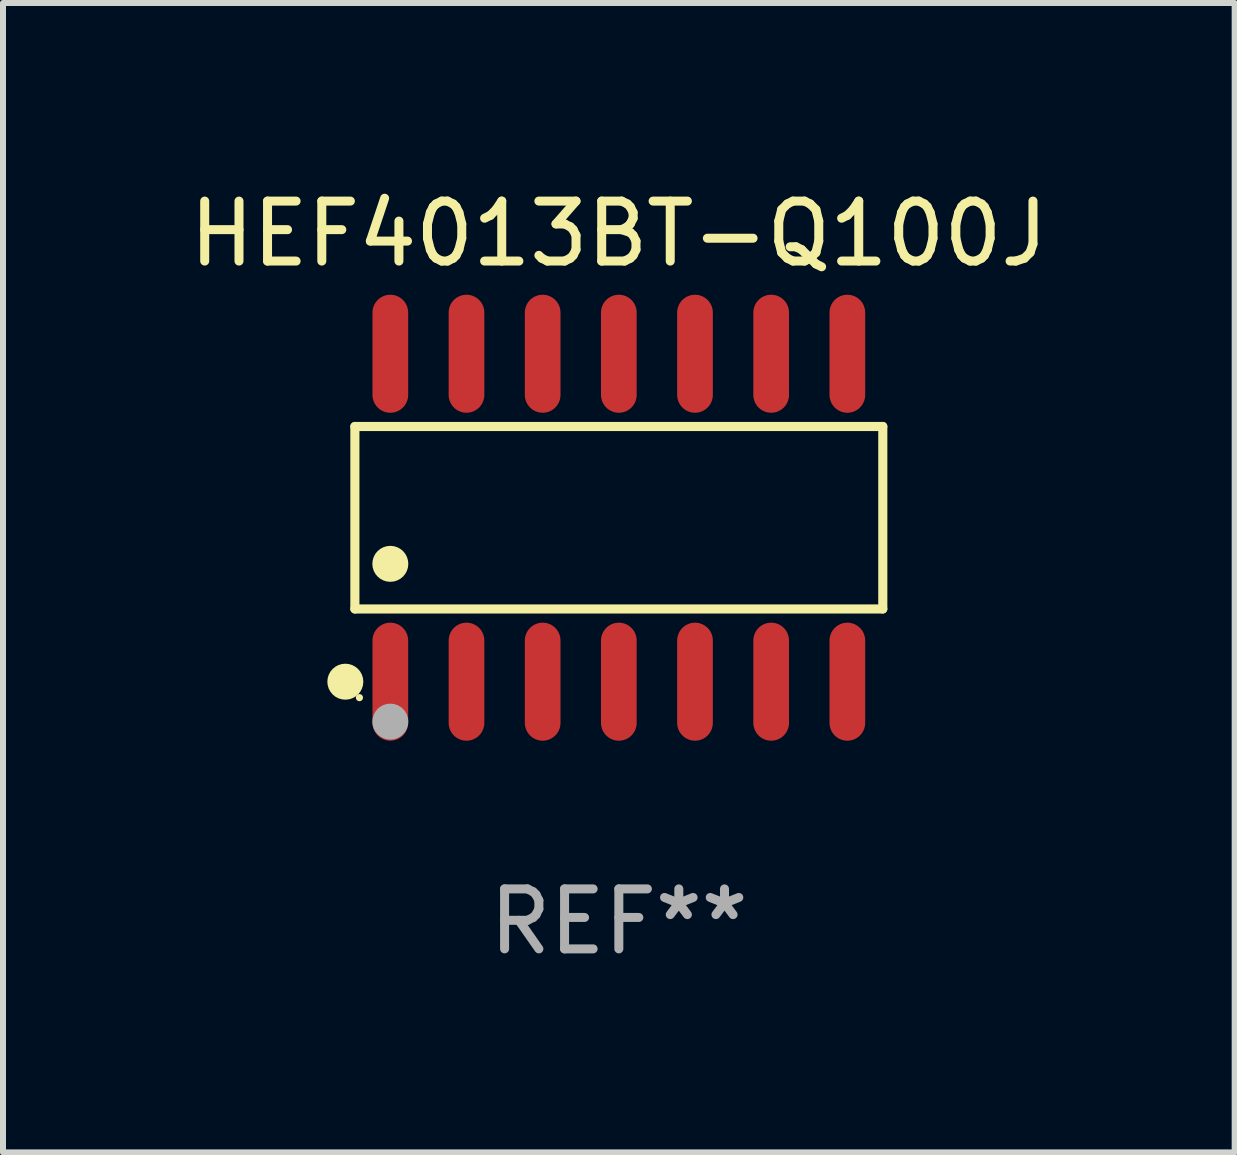
<source format=kicad_pcb>
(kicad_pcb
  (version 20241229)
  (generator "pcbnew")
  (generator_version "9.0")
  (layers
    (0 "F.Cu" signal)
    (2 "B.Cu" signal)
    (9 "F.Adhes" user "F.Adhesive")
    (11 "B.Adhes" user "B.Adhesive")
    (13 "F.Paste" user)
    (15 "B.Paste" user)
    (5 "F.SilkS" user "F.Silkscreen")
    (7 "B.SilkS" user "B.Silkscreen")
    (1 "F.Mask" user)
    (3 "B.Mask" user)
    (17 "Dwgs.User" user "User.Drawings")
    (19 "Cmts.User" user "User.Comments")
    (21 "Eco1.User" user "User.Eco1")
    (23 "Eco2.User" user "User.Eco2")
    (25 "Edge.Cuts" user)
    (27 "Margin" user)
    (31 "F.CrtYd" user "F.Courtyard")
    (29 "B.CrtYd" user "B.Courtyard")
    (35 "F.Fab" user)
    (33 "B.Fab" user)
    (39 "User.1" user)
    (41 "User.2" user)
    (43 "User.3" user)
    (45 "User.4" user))
  (footprint "HEF4013BT-Q100J"
    (layer "F.Cu")
    (at 7.268 5.582)
    (property "Reference" "HEF4013BT-Q100J" (at 0 -4.734 0) (layer "F.SilkS") (effects (font (size 1 1) (thickness 0.15))))
    (attr through_hole)
    (fp_line (start -4.401 -1.521) (end 4.401 -1.521) (stroke (width 0.152) (type solid)) (layer "F.SilkS"))
    (fp_line (start -4.401 1.521) (end -4.401 -1.521) (stroke (width 0.152) (type solid)) (layer "F.SilkS"))
    (fp_line (start 4.401 -1.521) (end 4.401 1.521) (stroke (width 0.152) (type solid)) (layer "F.SilkS"))
    (fp_line (start 4.401 1.521) (end -4.401 1.521) (stroke (width 0.152) (type solid)) (layer "F.SilkS"))
    (fp_circle (center -4.56 2.734) (end -4.41 2.734) (stroke (width 0.3) (type solid)) (fill no) (layer "F.SilkS"))
    (fp_circle (center -4.325 3) (end -4.295 3) (stroke (width 0.06) (type solid)) (fill no) (layer "F.SilkS"))
    (fp_circle (center -3.81 0.769) (end -3.66 0.769) (stroke (width 0.3) (type solid)) (fill no) (layer "F.SilkS"))
    (fp_circle (center -3.81 3.4) (end -3.66 3.4) (stroke (width 0.3) (type solid)) (fill no) (layer "F.Fab"))
    (fp_text user "REF**" (at 0 6.734 0) (layer "F.Fab") (effects (font (size 1 1) (thickness 0.15))))
    (pad "1" smd oval (at -3.81 2.734) (size 0.595 1.968) (layers "F.Cu" "F.Mask" "F.Paste"))
    (pad "2" smd oval (at -2.54 2.734) (size 0.595 1.968) (layers "F.Cu" "F.Mask" "F.Paste"))
    (pad "3" smd oval (at -1.27 2.734) (size 0.595 1.968) (layers "F.Cu" "F.Mask" "F.Paste"))
    (pad "4" smd oval (at 0 2.734) (size 0.595 1.968) (layers "F.Cu" "F.Mask" "F.Paste"))
    (pad "5" smd oval (at 1.27 2.734) (size 0.595 1.968) (layers "F.Cu" "F.Mask" "F.Paste"))
    (pad "6" smd oval (at 2.54 2.734) (size 0.595 1.968) (layers "F.Cu" "F.Mask" "F.Paste"))
    (pad "7" smd oval (at 3.81 2.734) (size 0.595 1.968) (layers "F.Cu" "F.Mask" "F.Paste"))
    (pad "8" smd oval (at 3.81 -2.734) (size 0.595 1.968) (layers "F.Cu" "F.Mask" "F.Paste"))
    (pad "9" smd oval (at 2.54 -2.734) (size 0.595 1.968) (layers "F.Cu" "F.Mask" "F.Paste"))
    (pad "10" smd oval (at 1.27 -2.734) (size 0.595 1.968) (layers "F.Cu" "F.Mask" "F.Paste"))
    (pad "11" smd oval (at 0 -2.734) (size 0.595 1.968) (layers "F.Cu" "F.Mask" "F.Paste"))
    (pad "12" smd oval (at -1.27 -2.734) (size 0.595 1.968) (layers "F.Cu" "F.Mask" "F.Paste"))
    (pad "13" smd oval (at -2.54 -2.734) (size 0.595 1.968) (layers "F.Cu" "F.Mask" "F.Paste"))
    (pad "14" smd oval (at -3.81 -2.734) (size 0.595 1.968) (layers "F.Cu" "F.Mask" "F.Paste")))
  (gr_rect
    (start -3 -3)
    (end 17.536 16.164)
    (stroke (width 0.1) (type default))
    (fill no)
    (layer "Edge.Cuts")))
</source>
